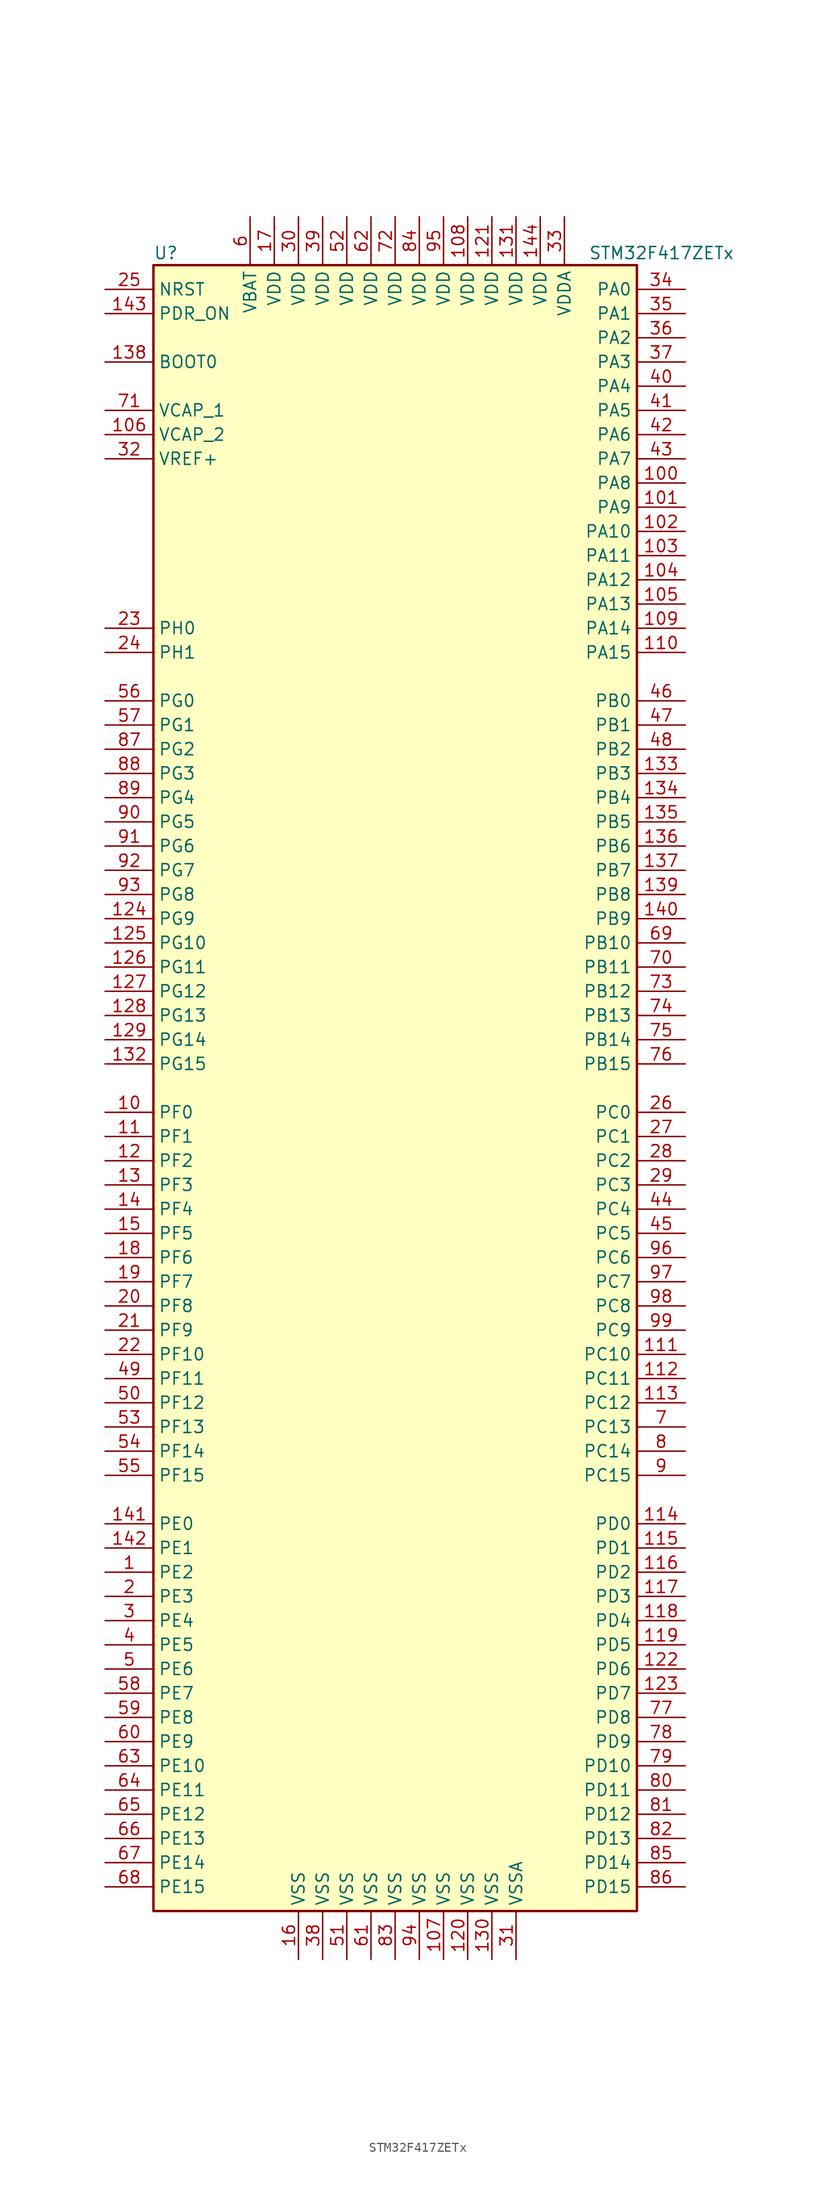
<source format=kicad_sym>
(kicad_symbol_lib
  (version 20201005)
  (generator kicad_symbol_editor)
  (symbol "STM32F417ZETx"
    (property "Reference" "U"
      (at -25.4 87.63 0)
      (effects (font (size 1.27 1.27)) (justify left)))
    (property "Value" "STM32F417ZETx"
      (at 20.32 87.63 0)
      (effects (font (size 1.27 1.27)) (justify left)))
    (symbol "STM32F417ZETx_0_1"
      (rectangle (start -25.4 -86.36) (end 25.4 86.36) (stroke (width 0.254)) (fill (type background))))
    (symbol "STM32F417ZETx_1_1"
      (pin bidirectional line (at -30.48 -50.8 0) (length 5.08) (name "PE2" (effects (font (size 1.27 1.27)))) (number "1" (effects (font (size 1.27 1.27)))))
      (pin bidirectional line (at -30.48 -2.54 0) (length 5.08) (name "PF0" (effects (font (size 1.27 1.27)))) (number "10" (effects (font (size 1.27 1.27)))))
      (pin bidirectional line (at 30.48 63.5 180) (length 5.08) (name "PA8" (effects (font (size 1.27 1.27)))) (number "100" (effects (font (size 1.27 1.27)))))
      (pin bidirectional line (at 30.48 60.96 180) (length 5.08) (name "PA9" (effects (font (size 1.27 1.27)))) (number "101" (effects (font (size 1.27 1.27)))))
      (pin bidirectional line (at 30.48 58.42 180) (length 5.08) (name "PA10" (effects (font (size 1.27 1.27)))) (number "102" (effects (font (size 1.27 1.27)))))
      (pin bidirectional line (at 30.48 55.88 180) (length 5.08) (name "PA11" (effects (font (size 1.27 1.27)))) (number "103" (effects (font (size 1.27 1.27)))))
      (pin bidirectional line (at 30.48 53.34 180) (length 5.08) (name "PA12" (effects (font (size 1.27 1.27)))) (number "104" (effects (font (size 1.27 1.27)))))
      (pin bidirectional line (at 30.48 50.8 180) (length 5.08) (name "PA13" (effects (font (size 1.27 1.27)))) (number "105" (effects (font (size 1.27 1.27)))))
      (pin power_in line (at -30.48 68.58 0) (length 5.08) (name "VCAP_2" (effects (font (size 1.27 1.27)))) (number "106" (effects (font (size 1.27 1.27)))))
      (pin power_in line (at 5.08 -91.44 90) (length 5.08) (name "VSS" (effects (font (size 1.27 1.27)))) (number "107" (effects (font (size 1.27 1.27)))))
      (pin power_in line (at 7.62 91.44 270) (length 5.08) (name "VDD" (effects (font (size 1.27 1.27)))) (number "108" (effects (font (size 1.27 1.27)))))
      (pin bidirectional line (at 30.48 48.26 180) (length 5.08) (name "PA14" (effects (font (size 1.27 1.27)))) (number "109" (effects (font (size 1.27 1.27)))))
      (pin bidirectional line (at -30.48 -5.08 0) (length 5.08) (name "PF1" (effects (font (size 1.27 1.27)))) (number "11" (effects (font (size 1.27 1.27)))))
      (pin bidirectional line (at 30.48 45.72 180) (length 5.08) (name "PA15" (effects (font (size 1.27 1.27)))) (number "110" (effects (font (size 1.27 1.27)))))
      (pin bidirectional line (at 30.48 -27.94 180) (length 5.08) (name "PC10" (effects (font (size 1.27 1.27)))) (number "111" (effects (font (size 1.27 1.27)))))
      (pin bidirectional line (at 30.48 -30.48 180) (length 5.08) (name "PC11" (effects (font (size 1.27 1.27)))) (number "112" (effects (font (size 1.27 1.27)))))
      (pin bidirectional line (at 30.48 -33.02 180) (length 5.08) (name "PC12" (effects (font (size 1.27 1.27)))) (number "113" (effects (font (size 1.27 1.27)))))
      (pin bidirectional line (at 30.48 -45.72 180) (length 5.08) (name "PD0" (effects (font (size 1.27 1.27)))) (number "114" (effects (font (size 1.27 1.27)))))
      (pin bidirectional line (at 30.48 -48.26 180) (length 5.08) (name "PD1" (effects (font (size 1.27 1.27)))) (number "115" (effects (font (size 1.27 1.27)))))
      (pin bidirectional line (at 30.48 -50.8 180) (length 5.08) (name "PD2" (effects (font (size 1.27 1.27)))) (number "116" (effects (font (size 1.27 1.27)))))
      (pin bidirectional line (at 30.48 -53.34 180) (length 5.08) (name "PD3" (effects (font (size 1.27 1.27)))) (number "117" (effects (font (size 1.27 1.27)))))
      (pin bidirectional line (at 30.48 -55.88 180) (length 5.08) (name "PD4" (effects (font (size 1.27 1.27)))) (number "118" (effects (font (size 1.27 1.27)))))
      (pin bidirectional line (at 30.48 -58.42 180) (length 5.08) (name "PD5" (effects (font (size 1.27 1.27)))) (number "119" (effects (font (size 1.27 1.27)))))
      (pin bidirectional line (at -30.48 -7.62 0) (length 5.08) (name "PF2" (effects (font (size 1.27 1.27)))) (number "12" (effects (font (size 1.27 1.27)))))
      (pin power_in line (at 7.62 -91.44 90) (length 5.08) (name "VSS" (effects (font (size 1.27 1.27)))) (number "120" (effects (font (size 1.27 1.27)))))
      (pin power_in line (at 10.16 91.44 270) (length 5.08) (name "VDD" (effects (font (size 1.27 1.27)))) (number "121" (effects (font (size 1.27 1.27)))))
      (pin bidirectional line (at 30.48 -60.96 180) (length 5.08) (name "PD6" (effects (font (size 1.27 1.27)))) (number "122" (effects (font (size 1.27 1.27)))))
      (pin bidirectional line (at 30.48 -63.5 180) (length 5.08) (name "PD7" (effects (font (size 1.27 1.27)))) (number "123" (effects (font (size 1.27 1.27)))))
      (pin bidirectional line (at -30.48 17.78 0) (length 5.08) (name "PG9" (effects (font (size 1.27 1.27)))) (number "124" (effects (font (size 1.27 1.27)))))
      (pin bidirectional line (at -30.48 15.24 0) (length 5.08) (name "PG10" (effects (font (size 1.27 1.27)))) (number "125" (effects (font (size 1.27 1.27)))))
      (pin bidirectional line (at -30.48 12.7 0) (length 5.08) (name "PG11" (effects (font (size 1.27 1.27)))) (number "126" (effects (font (size 1.27 1.27)))))
      (pin bidirectional line (at -30.48 10.16 0) (length 5.08) (name "PG12" (effects (font (size 1.27 1.27)))) (number "127" (effects (font (size 1.27 1.27)))))
      (pin bidirectional line (at -30.48 7.62 0) (length 5.08) (name "PG13" (effects (font (size 1.27 1.27)))) (number "128" (effects (font (size 1.27 1.27)))))
      (pin bidirectional line (at -30.48 5.08 0) (length 5.08) (name "PG14" (effects (font (size 1.27 1.27)))) (number "129" (effects (font (size 1.27 1.27)))))
      (pin bidirectional line (at -30.48 -10.16 0) (length 5.08) (name "PF3" (effects (font (size 1.27 1.27)))) (number "13" (effects (font (size 1.27 1.27)))))
      (pin power_in line (at 10.16 -91.44 90) (length 5.08) (name "VSS" (effects (font (size 1.27 1.27)))) (number "130" (effects (font (size 1.27 1.27)))))
      (pin power_in line (at 12.7 91.44 270) (length 5.08) (name "VDD" (effects (font (size 1.27 1.27)))) (number "131" (effects (font (size 1.27 1.27)))))
      (pin bidirectional line (at -30.48 2.54 0) (length 5.08) (name "PG15" (effects (font (size 1.27 1.27)))) (number "132" (effects (font (size 1.27 1.27)))))
      (pin bidirectional line (at 30.48 33.02 180) (length 5.08) (name "PB3" (effects (font (size 1.27 1.27)))) (number "133" (effects (font (size 1.27 1.27)))))
      (pin bidirectional line (at 30.48 30.48 180) (length 5.08) (name "PB4" (effects (font (size 1.27 1.27)))) (number "134" (effects (font (size 1.27 1.27)))))
      (pin bidirectional line (at 30.48 27.94 180) (length 5.08) (name "PB5" (effects (font (size 1.27 1.27)))) (number "135" (effects (font (size 1.27 1.27)))))
      (pin bidirectional line (at 30.48 25.4 180) (length 5.08) (name "PB6" (effects (font (size 1.27 1.27)))) (number "136" (effects (font (size 1.27 1.27)))))
      (pin bidirectional line (at 30.48 22.86 180) (length 5.08) (name "PB7" (effects (font (size 1.27 1.27)))) (number "137" (effects (font (size 1.27 1.27)))))
      (pin input line (at -30.48 76.2 0) (length 5.08) (name "BOOT0" (effects (font (size 1.27 1.27)))) (number "138" (effects (font (size 1.27 1.27)))))
      (pin bidirectional line (at 30.48 20.32 180) (length 5.08) (name "PB8" (effects (font (size 1.27 1.27)))) (number "139" (effects (font (size 1.27 1.27)))))
      (pin bidirectional line (at -30.48 -12.7 0) (length 5.08) (name "PF4" (effects (font (size 1.27 1.27)))) (number "14" (effects (font (size 1.27 1.27)))))
      (pin bidirectional line (at 30.48 17.78 180) (length 5.08) (name "PB9" (effects (font (size 1.27 1.27)))) (number "140" (effects (font (size 1.27 1.27)))))
      (pin bidirectional line (at -30.48 -45.72 0) (length 5.08) (name "PE0" (effects (font (size 1.27 1.27)))) (number "141" (effects (font (size 1.27 1.27)))))
      (pin bidirectional line (at -30.48 -48.26 0) (length 5.08) (name "PE1" (effects (font (size 1.27 1.27)))) (number "142" (effects (font (size 1.27 1.27)))))
      (pin input line (at -30.48 81.28 0) (length 5.08) (name "PDR_ON" (effects (font (size 1.27 1.27)))) (number "143" (effects (font (size 1.27 1.27)))))
      (pin power_in line (at 15.24 91.44 270) (length 5.08) (name "VDD" (effects (font (size 1.27 1.27)))) (number "144" (effects (font (size 1.27 1.27)))))
      (pin bidirectional line (at -30.48 -15.24 0) (length 5.08) (name "PF5" (effects (font (size 1.27 1.27)))) (number "15" (effects (font (size 1.27 1.27)))))
      (pin power_in line (at -10.16 -91.44 90) (length 5.08) (name "VSS" (effects (font (size 1.27 1.27)))) (number "16" (effects (font (size 1.27 1.27)))))
      (pin power_in line (at -12.7 91.44 270) (length 5.08) (name "VDD" (effects (font (size 1.27 1.27)))) (number "17" (effects (font (size 1.27 1.27)))))
      (pin bidirectional line (at -30.48 -17.78 0) (length 5.08) (name "PF6" (effects (font (size 1.27 1.27)))) (number "18" (effects (font (size 1.27 1.27)))))
      (pin bidirectional line (at -30.48 -20.32 0) (length 5.08) (name "PF7" (effects (font (size 1.27 1.27)))) (number "19" (effects (font (size 1.27 1.27)))))
      (pin bidirectional line (at -30.48 -53.34 0) (length 5.08) (name "PE3" (effects (font (size 1.27 1.27)))) (number "2" (effects (font (size 1.27 1.27)))))
      (pin bidirectional line (at -30.48 -22.86 0) (length 5.08) (name "PF8" (effects (font (size 1.27 1.27)))) (number "20" (effects (font (size 1.27 1.27)))))
      (pin bidirectional line (at -30.48 -25.4 0) (length 5.08) (name "PF9" (effects (font (size 1.27 1.27)))) (number "21" (effects (font (size 1.27 1.27)))))
      (pin bidirectional line (at -30.48 -27.94 0) (length 5.08) (name "PF10" (effects (font (size 1.27 1.27)))) (number "22" (effects (font (size 1.27 1.27)))))
      (pin input line (at -30.48 48.26 0) (length 5.08) (name "PH0" (effects (font (size 1.27 1.27)))) (number "23" (effects (font (size 1.27 1.27)))))
      (pin input line (at -30.48 45.72 0) (length 5.08) (name "PH1" (effects (font (size 1.27 1.27)))) (number "24" (effects (font (size 1.27 1.27)))))
      (pin input line (at -30.48 83.82 0) (length 5.08) (name "NRST" (effects (font (size 1.27 1.27)))) (number "25" (effects (font (size 1.27 1.27)))))
      (pin bidirectional line (at 30.48 -2.54 180) (length 5.08) (name "PC0" (effects (font (size 1.27 1.27)))) (number "26" (effects (font (size 1.27 1.27)))))
      (pin bidirectional line (at 30.48 -5.08 180) (length 5.08) (name "PC1" (effects (font (size 1.27 1.27)))) (number "27" (effects (font (size 1.27 1.27)))))
      (pin bidirectional line (at 30.48 -7.62 180) (length 5.08) (name "PC2" (effects (font (size 1.27 1.27)))) (number "28" (effects (font (size 1.27 1.27)))))
      (pin bidirectional line (at 30.48 -10.16 180) (length 5.08) (name "PC3" (effects (font (size 1.27 1.27)))) (number "29" (effects (font (size 1.27 1.27)))))
      (pin bidirectional line (at -30.48 -55.88 0) (length 5.08) (name "PE4" (effects (font (size 1.27 1.27)))) (number "3" (effects (font (size 1.27 1.27)))))
      (pin power_in line (at -10.16 91.44 270) (length 5.08) (name "VDD" (effects (font (size 1.27 1.27)))) (number "30" (effects (font (size 1.27 1.27)))))
      (pin power_in line (at 12.7 -91.44 90) (length 5.08) (name "VSSA" (effects (font (size 1.27 1.27)))) (number "31" (effects (font (size 1.27 1.27)))))
      (pin power_in line (at -30.48 66.04 0) (length 5.08) (name "VREF+" (effects (font (size 1.27 1.27)))) (number "32" (effects (font (size 1.27 1.27)))))
      (pin power_in line (at 17.78 91.44 270) (length 5.08) (name "VDDA" (effects (font (size 1.27 1.27)))) (number "33" (effects (font (size 1.27 1.27)))))
      (pin bidirectional line (at 30.48 83.82 180) (length 5.08) (name "PA0" (effects (font (size 1.27 1.27)))) (number "34" (effects (font (size 1.27 1.27)))))
      (pin bidirectional line (at 30.48 81.28 180) (length 5.08) (name "PA1" (effects (font (size 1.27 1.27)))) (number "35" (effects (font (size 1.27 1.27)))))
      (pin bidirectional line (at 30.48 78.74 180) (length 5.08) (name "PA2" (effects (font (size 1.27 1.27)))) (number "36" (effects (font (size 1.27 1.27)))))
      (pin bidirectional line (at 30.48 76.2 180) (length 5.08) (name "PA3" (effects (font (size 1.27 1.27)))) (number "37" (effects (font (size 1.27 1.27)))))
      (pin power_in line (at -7.62 -91.44 90) (length 5.08) (name "VSS" (effects (font (size 1.27 1.27)))) (number "38" (effects (font (size 1.27 1.27)))))
      (pin power_in line (at -7.62 91.44 270) (length 5.08) (name "VDD" (effects (font (size 1.27 1.27)))) (number "39" (effects (font (size 1.27 1.27)))))
      (pin bidirectional line (at -30.48 -58.42 0) (length 5.08) (name "PE5" (effects (font (size 1.27 1.27)))) (number "4" (effects (font (size 1.27 1.27)))))
      (pin bidirectional line (at 30.48 73.66 180) (length 5.08) (name "PA4" (effects (font (size 1.27 1.27)))) (number "40" (effects (font (size 1.27 1.27)))))
      (pin bidirectional line (at 30.48 71.12 180) (length 5.08) (name "PA5" (effects (font (size 1.27 1.27)))) (number "41" (effects (font (size 1.27 1.27)))))
      (pin bidirectional line (at 30.48 68.58 180) (length 5.08) (name "PA6" (effects (font (size 1.27 1.27)))) (number "42" (effects (font (size 1.27 1.27)))))
      (pin bidirectional line (at 30.48 66.04 180) (length 5.08) (name "PA7" (effects (font (size 1.27 1.27)))) (number "43" (effects (font (size 1.27 1.27)))))
      (pin bidirectional line (at 30.48 -12.7 180) (length 5.08) (name "PC4" (effects (font (size 1.27 1.27)))) (number "44" (effects (font (size 1.27 1.27)))))
      (pin bidirectional line (at 30.48 -15.24 180) (length 5.08) (name "PC5" (effects (font (size 1.27 1.27)))) (number "45" (effects (font (size 1.27 1.27)))))
      (pin bidirectional line (at 30.48 40.64 180) (length 5.08) (name "PB0" (effects (font (size 1.27 1.27)))) (number "46" (effects (font (size 1.27 1.27)))))
      (pin bidirectional line (at 30.48 38.1 180) (length 5.08) (name "PB1" (effects (font (size 1.27 1.27)))) (number "47" (effects (font (size 1.27 1.27)))))
      (pin bidirectional line (at 30.48 35.56 180) (length 5.08) (name "PB2" (effects (font (size 1.27 1.27)))) (number "48" (effects (font (size 1.27 1.27)))))
      (pin bidirectional line (at -30.48 -30.48 0) (length 5.08) (name "PF11" (effects (font (size 1.27 1.27)))) (number "49" (effects (font (size 1.27 1.27)))))
      (pin bidirectional line (at -30.48 -60.96 0) (length 5.08) (name "PE6" (effects (font (size 1.27 1.27)))) (number "5" (effects (font (size 1.27 1.27)))))
      (pin bidirectional line (at -30.48 -33.02 0) (length 5.08) (name "PF12" (effects (font (size 1.27 1.27)))) (number "50" (effects (font (size 1.27 1.27)))))
      (pin power_in line (at -5.08 -91.44 90) (length 5.08) (name "VSS" (effects (font (size 1.27 1.27)))) (number "51" (effects (font (size 1.27 1.27)))))
      (pin power_in line (at -5.08 91.44 270) (length 5.08) (name "VDD" (effects (font (size 1.27 1.27)))) (number "52" (effects (font (size 1.27 1.27)))))
      (pin bidirectional line (at -30.48 -35.56 0) (length 5.08) (name "PF13" (effects (font (size 1.27 1.27)))) (number "53" (effects (font (size 1.27 1.27)))))
      (pin bidirectional line (at -30.48 -38.1 0) (length 5.08) (name "PF14" (effects (font (size 1.27 1.27)))) (number "54" (effects (font (size 1.27 1.27)))))
      (pin bidirectional line (at -30.48 -40.64 0) (length 5.08) (name "PF15" (effects (font (size 1.27 1.27)))) (number "55" (effects (font (size 1.27 1.27)))))
      (pin bidirectional line (at -30.48 40.64 0) (length 5.08) (name "PG0" (effects (font (size 1.27 1.27)))) (number "56" (effects (font (size 1.27 1.27)))))
      (pin bidirectional line (at -30.48 38.1 0) (length 5.08) (name "PG1" (effects (font (size 1.27 1.27)))) (number "57" (effects (font (size 1.27 1.27)))))
      (pin bidirectional line (at -30.48 -63.5 0) (length 5.08) (name "PE7" (effects (font (size 1.27 1.27)))) (number "58" (effects (font (size 1.27 1.27)))))
      (pin bidirectional line (at -30.48 -66.04 0) (length 5.08) (name "PE8" (effects (font (size 1.27 1.27)))) (number "59" (effects (font (size 1.27 1.27)))))
      (pin power_in line (at -15.24 91.44 270) (length 5.08) (name "VBAT" (effects (font (size 1.27 1.27)))) (number "6" (effects (font (size 1.27 1.27)))))
      (pin bidirectional line (at -30.48 -68.58 0) (length 5.08) (name "PE9" (effects (font (size 1.27 1.27)))) (number "60" (effects (font (size 1.27 1.27)))))
      (pin power_in line (at -2.54 -91.44 90) (length 5.08) (name "VSS" (effects (font (size 1.27 1.27)))) (number "61" (effects (font (size 1.27 1.27)))))
      (pin power_in line (at -2.54 91.44 270) (length 5.08) (name "VDD" (effects (font (size 1.27 1.27)))) (number "62" (effects (font (size 1.27 1.27)))))
      (pin bidirectional line (at -30.48 -71.12 0) (length 5.08) (name "PE10" (effects (font (size 1.27 1.27)))) (number "63" (effects (font (size 1.27 1.27)))))
      (pin bidirectional line (at -30.48 -73.66 0) (length 5.08) (name "PE11" (effects (font (size 1.27 1.27)))) (number "64" (effects (font (size 1.27 1.27)))))
      (pin bidirectional line (at -30.48 -76.2 0) (length 5.08) (name "PE12" (effects (font (size 1.27 1.27)))) (number "65" (effects (font (size 1.27 1.27)))))
      (pin bidirectional line (at -30.48 -78.74 0) (length 5.08) (name "PE13" (effects (font (size 1.27 1.27)))) (number "66" (effects (font (size 1.27 1.27)))))
      (pin bidirectional line (at -30.48 -81.28 0) (length 5.08) (name "PE14" (effects (font (size 1.27 1.27)))) (number "67" (effects (font (size 1.27 1.27)))))
      (pin bidirectional line (at -30.48 -83.82 0) (length 5.08) (name "PE15" (effects (font (size 1.27 1.27)))) (number "68" (effects (font (size 1.27 1.27)))))
      (pin bidirectional line (at 30.48 15.24 180) (length 5.08) (name "PB10" (effects (font (size 1.27 1.27)))) (number "69" (effects (font (size 1.27 1.27)))))
      (pin bidirectional line (at 30.48 -35.56 180) (length 5.08) (name "PC13" (effects (font (size 1.27 1.27)))) (number "7" (effects (font (size 1.27 1.27)))))
      (pin bidirectional line (at 30.48 12.7 180) (length 5.08) (name "PB11" (effects (font (size 1.27 1.27)))) (number "70" (effects (font (size 1.27 1.27)))))
      (pin power_in line (at -30.48 71.12 0) (length 5.08) (name "VCAP_1" (effects (font (size 1.27 1.27)))) (number "71" (effects (font (size 1.27 1.27)))))
      (pin power_in line (at 0 91.44 270) (length 5.08) (name "VDD" (effects (font (size 1.27 1.27)))) (number "72" (effects (font (size 1.27 1.27)))))
      (pin bidirectional line (at 30.48 10.16 180) (length 5.08) (name "PB12" (effects (font (size 1.27 1.27)))) (number "73" (effects (font (size 1.27 1.27)))))
      (pin bidirectional line (at 30.48 7.62 180) (length 5.08) (name "PB13" (effects (font (size 1.27 1.27)))) (number "74" (effects (font (size 1.27 1.27)))))
      (pin bidirectional line (at 30.48 5.08 180) (length 5.08) (name "PB14" (effects (font (size 1.27 1.27)))) (number "75" (effects (font (size 1.27 1.27)))))
      (pin bidirectional line (at 30.48 2.54 180) (length 5.08) (name "PB15" (effects (font (size 1.27 1.27)))) (number "76" (effects (font (size 1.27 1.27)))))
      (pin bidirectional line (at 30.48 -66.04 180) (length 5.08) (name "PD8" (effects (font (size 1.27 1.27)))) (number "77" (effects (font (size 1.27 1.27)))))
      (pin bidirectional line (at 30.48 -68.58 180) (length 5.08) (name "PD9" (effects (font (size 1.27 1.27)))) (number "78" (effects (font (size 1.27 1.27)))))
      (pin bidirectional line (at 30.48 -71.12 180) (length 5.08) (name "PD10" (effects (font (size 1.27 1.27)))) (number "79" (effects (font (size 1.27 1.27)))))
      (pin bidirectional line (at 30.48 -38.1 180) (length 5.08) (name "PC14" (effects (font (size 1.27 1.27)))) (number "8" (effects (font (size 1.27 1.27)))))
      (pin bidirectional line (at 30.48 -73.66 180) (length 5.08) (name "PD11" (effects (font (size 1.27 1.27)))) (number "80" (effects (font (size 1.27 1.27)))))
      (pin bidirectional line (at 30.48 -76.2 180) (length 5.08) (name "PD12" (effects (font (size 1.27 1.27)))) (number "81" (effects (font (size 1.27 1.27)))))
      (pin bidirectional line (at 30.48 -78.74 180) (length 5.08) (name "PD13" (effects (font (size 1.27 1.27)))) (number "82" (effects (font (size 1.27 1.27)))))
      (pin power_in line (at 0 -91.44 90) (length 5.08) (name "VSS" (effects (font (size 1.27 1.27)))) (number "83" (effects (font (size 1.27 1.27)))))
      (pin power_in line (at 2.54 91.44 270) (length 5.08) (name "VDD" (effects (font (size 1.27 1.27)))) (number "84" (effects (font (size 1.27 1.27)))))
      (pin bidirectional line (at 30.48 -81.28 180) (length 5.08) (name "PD14" (effects (font (size 1.27 1.27)))) (number "85" (effects (font (size 1.27 1.27)))))
      (pin bidirectional line (at 30.48 -83.82 180) (length 5.08) (name "PD15" (effects (font (size 1.27 1.27)))) (number "86" (effects (font (size 1.27 1.27)))))
      (pin bidirectional line (at -30.48 35.56 0) (length 5.08) (name "PG2" (effects (font (size 1.27 1.27)))) (number "87" (effects (font (size 1.27 1.27)))))
      (pin bidirectional line (at -30.48 33.02 0) (length 5.08) (name "PG3" (effects (font (size 1.27 1.27)))) (number "88" (effects (font (size 1.27 1.27)))))
      (pin bidirectional line (at -30.48 30.48 0) (length 5.08) (name "PG4" (effects (font (size 1.27 1.27)))) (number "89" (effects (font (size 1.27 1.27)))))
      (pin bidirectional line (at 30.48 -40.64 180) (length 5.08) (name "PC15" (effects (font (size 1.27 1.27)))) (number "9" (effects (font (size 1.27 1.27)))))
      (pin bidirectional line (at -30.48 27.94 0) (length 5.08) (name "PG5" (effects (font (size 1.27 1.27)))) (number "90" (effects (font (size 1.27 1.27)))))
      (pin bidirectional line (at -30.48 25.4 0) (length 5.08) (name "PG6" (effects (font (size 1.27 1.27)))) (number "91" (effects (font (size 1.27 1.27)))))
      (pin bidirectional line (at -30.48 22.86 0) (length 5.08) (name "PG7" (effects (font (size 1.27 1.27)))) (number "92" (effects (font (size 1.27 1.27)))))
      (pin bidirectional line (at -30.48 20.32 0) (length 5.08) (name "PG8" (effects (font (size 1.27 1.27)))) (number "93" (effects (font (size 1.27 1.27)))))
      (pin power_in line (at 2.54 -91.44 90) (length 5.08) (name "VSS" (effects (font (size 1.27 1.27)))) (number "94" (effects (font (size 1.27 1.27)))))
      (pin power_in line (at 5.08 91.44 270) (length 5.08) (name "VDD" (effects (font (size 1.27 1.27)))) (number "95" (effects (font (size 1.27 1.27)))))
      (pin bidirectional line (at 30.48 -17.78 180) (length 5.08) (name "PC6" (effects (font (size 1.27 1.27)))) (number "96" (effects (font (size 1.27 1.27)))))
      (pin bidirectional line (at 30.48 -20.32 180) (length 5.08) (name "PC7" (effects (font (size 1.27 1.27)))) (number "97" (effects (font (size 1.27 1.27)))))
      (pin bidirectional line (at 30.48 -22.86 180) (length 5.08) (name "PC8" (effects (font (size 1.27 1.27)))) (number "98" (effects (font (size 1.27 1.27)))))
      (pin bidirectional line (at 30.48 -25.4 180) (length 5.08) (name "PC9" (effects (font (size 1.27 1.27)))) (number "99" (effects (font (size 1.27 1.27))))))))
</source>
